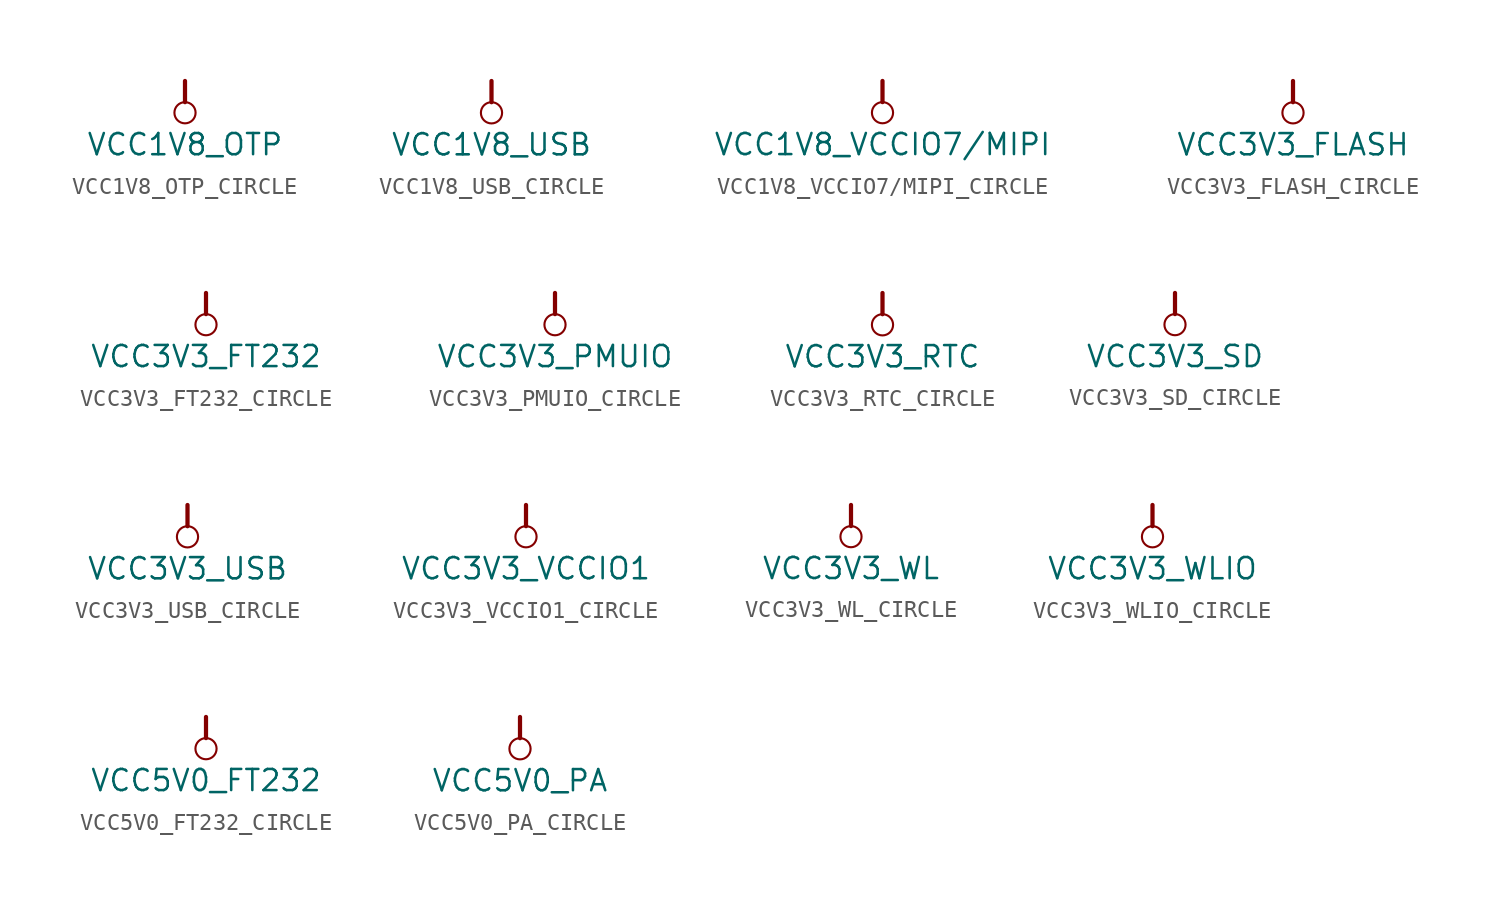
<source format=kicad_sym>
(kicad_symbol_lib
  (version 20241209)
  (generator "kicad_symbol_editor")
  (generator_version "9.0")
  (symbol "VCC1V8_OTP_CIRCLE"
    (power)
    (property "Reference" "#PWR"
      (at 0 0 0)
      (effects (font (size 1.27 1.27)) (hide yes)))
    (property "Value" "VCC1V8_OTP"
      (at 0 -3.81 0)
      (effects (font (size 1.27 1.27))))
    (symbol "VCC1V8_OTP_CIRCLE_0_0"
      (polyline (pts (xy 0 0) (xy 0 -1.27)) (stroke (width 0.254) (type solid)) (fill (type none)))
      (circle (center 0 -1.905) (radius 0.635) (stroke (width 0.127) (type solid)) (fill (type none)))
      (pin power_in line (at 0 0 0) (length 0) (hide yes) (name "VCC1V8_OTP" (effects (font (size 1.27 1.27)))) (number "" (effects (font (size 1.27 1.27)))))))
  (symbol "VCC1V8_USB_CIRCLE"
    (power)
    (property "Reference" "#PWR"
      (at 0 0 0)
      (effects (font (size 1.27 1.27)) (hide yes)))
    (property "Value" "VCC1V8_USB"
      (at 0 -3.81 0)
      (effects (font (size 1.27 1.27))))
    (symbol "VCC1V8_USB_CIRCLE_0_0"
      (polyline (pts (xy 0 0) (xy 0 -1.27)) (stroke (width 0.254) (type solid)) (fill (type none)))
      (circle (center 0 -1.905) (radius 0.635) (stroke (width 0.127) (type solid)) (fill (type none)))
      (pin power_in line (at 0 0 0) (length 0) (hide yes) (name "VCC1V8_USB" (effects (font (size 1.27 1.27)))) (number "" (effects (font (size 1.27 1.27)))))))
  (symbol "VCC1V8_VCCIO7/MIPI_CIRCLE"
    (power)
    (property "Reference" "#PWR"
      (at 0 0 0)
      (effects (font (size 1.27 1.27)) (hide yes)))
    (property "Value" "VCC1V8_VCCIO7/MIPI"
      (at 0 -3.81 0)
      (effects (font (size 1.27 1.27))))
    (symbol "VCC1V8_VCCIO7/MIPI_CIRCLE_0_0"
      (polyline (pts (xy 0 0) (xy 0 -1.27)) (stroke (width 0.254) (type solid)) (fill (type none)))
      (circle (center 0 -1.905) (radius 0.635) (stroke (width 0.127) (type solid)) (fill (type none)))
      (pin power_in line (at 0 0 0) (length 0) (hide yes) (name "VCC1V8_VCCIO7/MIPI" (effects (font (size 1.27 1.27)))) (number "" (effects (font (size 1.27 1.27)))))))
  (symbol "VCC3V3_FLASH_CIRCLE"
    (power)
    (property "Reference" "#PWR"
      (at 0 0 0)
      (effects (font (size 1.27 1.27)) (hide yes)))
    (property "Value" "VCC3V3_FLASH"
      (at 0 -3.81 0)
      (effects (font (size 1.27 1.27))))
    (symbol "VCC3V3_FLASH_CIRCLE_0_0"
      (polyline (pts (xy 0 0) (xy 0 -1.27)) (stroke (width 0.254) (type solid)) (fill (type none)))
      (circle (center 0 -1.905) (radius 0.635) (stroke (width 0.127) (type solid)) (fill (type none)))
      (pin power_in line (at 0 0 0) (length 0) (hide yes) (name "VCC3V3_FLASH" (effects (font (size 1.27 1.27)))) (number "" (effects (font (size 1.27 1.27)))))))
  (symbol "VCC3V3_FT232_CIRCLE"
    (power)
    (property "Reference" "#PWR"
      (at 0 0 0)
      (effects (font (size 1.27 1.27)) (hide yes)))
    (property "Value" "VCC3V3_FT232"
      (at 0 -3.81 0)
      (effects (font (size 1.27 1.27))))
    (symbol "VCC3V3_FT232_CIRCLE_0_0"
      (polyline (pts (xy 0 0) (xy 0 -1.27)) (stroke (width 0.254) (type solid)) (fill (type none)))
      (circle (center 0 -1.905) (radius 0.635) (stroke (width 0.127) (type solid)) (fill (type none)))
      (pin power_in line (at 0 0 0) (length 0) (hide yes) (name "VCC3V3_FT232" (effects (font (size 1.27 1.27)))) (number "" (effects (font (size 1.27 1.27)))))))
  (symbol "VCC3V3_PMUIO_CIRCLE"
    (power)
    (property "Reference" "#PWR"
      (at 0 0 0)
      (effects (font (size 1.27 1.27)) (hide yes)))
    (property "Value" "VCC3V3_PMUIO"
      (at 0 -3.81 0)
      (effects (font (size 1.27 1.27))))
    (symbol "VCC3V3_PMUIO_CIRCLE_0_0"
      (polyline (pts (xy 0 0) (xy 0 -1.27)) (stroke (width 0.254) (type solid)) (fill (type none)))
      (circle (center 0 -1.905) (radius 0.635) (stroke (width 0.127) (type solid)) (fill (type none)))
      (pin power_in line (at 0 0 0) (length 0) (hide yes) (name "VCC3V3_PMUIO" (effects (font (size 1.27 1.27)))) (number "" (effects (font (size 1.27 1.27)))))))
  (symbol "VCC3V3_RTC_CIRCLE"
    (power)
    (property "Reference" "#PWR"
      (at 0 0 0)
      (effects (font (size 1.27 1.27)) (hide yes)))
    (property "Value" "VCC3V3_RTC"
      (at 0 -3.81 0)
      (effects (font (size 1.27 1.27))))
    (symbol "VCC3V3_RTC_CIRCLE_0_0"
      (polyline (pts (xy 0 0) (xy 0 -1.27)) (stroke (width 0.254) (type solid)) (fill (type none)))
      (circle (center 0 -1.905) (radius 0.635) (stroke (width 0.127) (type solid)) (fill (type none)))
      (pin power_in line (at 0 0 0) (length 0) (hide yes) (name "VCC3V3_RTC" (effects (font (size 1.27 1.27)))) (number "" (effects (font (size 1.27 1.27)))))))
  (symbol "VCC3V3_SD_CIRCLE"
    (power)
    (property "Reference" "#PWR"
      (at 0 0 0)
      (effects (font (size 1.27 1.27)) (hide yes)))
    (property "Value" "VCC3V3_SD"
      (at 0 -3.81 0)
      (effects (font (size 1.27 1.27))))
    (symbol "VCC3V3_SD_CIRCLE_0_0"
      (polyline (pts (xy 0 0) (xy 0 -1.27)) (stroke (width 0.254) (type solid)) (fill (type none)))
      (circle (center 0 -1.905) (radius 0.635) (stroke (width 0.127) (type solid)) (fill (type none)))
      (pin power_in line (at 0 0 0) (length 0) (hide yes) (name "VCC3V3_SD" (effects (font (size 1.27 1.27)))) (number "" (effects (font (size 1.27 1.27)))))))
  (symbol "VCC3V3_USB_CIRCLE"
    (power)
    (property "Reference" "#PWR"
      (at 0 0 0)
      (effects (font (size 1.27 1.27)) (hide yes)))
    (property "Value" "VCC3V3_USB"
      (at 0 -3.81 0)
      (effects (font (size 1.27 1.27))))
    (symbol "VCC3V3_USB_CIRCLE_0_0"
      (polyline (pts (xy 0 0) (xy 0 -1.27)) (stroke (width 0.254) (type solid)) (fill (type none)))
      (circle (center 0 -1.905) (radius 0.635) (stroke (width 0.127) (type solid)) (fill (type none)))
      (pin power_in line (at 0 0 0) (length 0) (hide yes) (name "VCC3V3_USB" (effects (font (size 1.27 1.27)))) (number "" (effects (font (size 1.27 1.27)))))))
  (symbol "VCC3V3_VCCIO1_CIRCLE"
    (power)
    (property "Reference" "#PWR"
      (at 0 0 0)
      (effects (font (size 1.27 1.27)) (hide yes)))
    (property "Value" "VCC3V3_VCCIO1"
      (at 0 -3.81 0)
      (effects (font (size 1.27 1.27))))
    (symbol "VCC3V3_VCCIO1_CIRCLE_0_0"
      (polyline (pts (xy 0 0) (xy 0 -1.27)) (stroke (width 0.254) (type solid)) (fill (type none)))
      (circle (center 0 -1.905) (radius 0.635) (stroke (width 0.127) (type solid)) (fill (type none)))
      (pin power_in line (at 0 0 0) (length 0) (hide yes) (name "VCC3V3_VCCIO1" (effects (font (size 1.27 1.27)))) (number "" (effects (font (size 1.27 1.27)))))))
  (symbol "VCC3V3_WL_CIRCLE"
    (power)
    (property "Reference" "#PWR"
      (at 0 0 0)
      (effects (font (size 1.27 1.27)) (hide yes)))
    (property "Value" "VCC3V3_WL"
      (at 0 -3.81 0)
      (effects (font (size 1.27 1.27))))
    (symbol "VCC3V3_WL_CIRCLE_0_0"
      (polyline (pts (xy 0 0) (xy 0 -1.27)) (stroke (width 0.254) (type solid)) (fill (type none)))
      (circle (center 0 -1.905) (radius 0.635) (stroke (width 0.127) (type solid)) (fill (type none)))
      (pin power_in line (at 0 0 0) (length 0) (hide yes) (name "VCC3V3_WL" (effects (font (size 1.27 1.27)))) (number "" (effects (font (size 1.27 1.27)))))))
  (symbol "VCC3V3_WLIO_CIRCLE"
    (power)
    (property "Reference" "#PWR"
      (at 0 0 0)
      (effects (font (size 1.27 1.27)) (hide yes)))
    (property "Value" "VCC3V3_WLIO"
      (at 0 -3.81 0)
      (effects (font (size 1.27 1.27))))
    (symbol "VCC3V3_WLIO_CIRCLE_0_0"
      (polyline (pts (xy 0 0) (xy 0 -1.27)) (stroke (width 0.254) (type solid)) (fill (type none)))
      (circle (center 0 -1.905) (radius 0.635) (stroke (width 0.127) (type solid)) (fill (type none)))
      (pin power_in line (at 0 0 0) (length 0) (hide yes) (name "VCC3V3_WLIO" (effects (font (size 1.27 1.27)))) (number "" (effects (font (size 1.27 1.27)))))))
  (symbol "VCC5V0_FT232_CIRCLE"
    (power)
    (property "Reference" "#PWR"
      (at 0 0 0)
      (effects (font (size 1.27 1.27)) (hide yes)))
    (property "Value" "VCC5V0_FT232"
      (at 0 -3.81 0)
      (effects (font (size 1.27 1.27))))
    (symbol "VCC5V0_FT232_CIRCLE_0_0"
      (polyline (pts (xy 0 0) (xy 0 -1.27)) (stroke (width 0.254) (type solid)) (fill (type none)))
      (circle (center 0 -1.905) (radius 0.635) (stroke (width 0.127) (type solid)) (fill (type none)))
      (pin power_in line (at 0 0 0) (length 0) (hide yes) (name "VCC5V0_FT232" (effects (font (size 1.27 1.27)))) (number "" (effects (font (size 1.27 1.27)))))))
  (symbol "VCC5V0_PA_CIRCLE"
    (power)
    (property "Reference" "#PWR"
      (at 0 0 0)
      (effects (font (size 1.27 1.27)) (hide yes)))
    (property "Value" "VCC5V0_PA"
      (at 0 -3.81 0)
      (effects (font (size 1.27 1.27))))
    (symbol "VCC5V0_PA_CIRCLE_0_0"
      (polyline (pts (xy 0 0) (xy 0 -1.27)) (stroke (width 0.254) (type solid)) (fill (type none)))
      (circle (center 0 -1.905) (radius 0.635) (stroke (width 0.127) (type solid)) (fill (type none)))
      (pin power_in line (at 0 0 0) (length 0) (hide yes) (name "VCC5V0_PA" (effects (font (size 1.27 1.27)))) (number "" (effects (font (size 1.27 1.27))))))))
</source>
